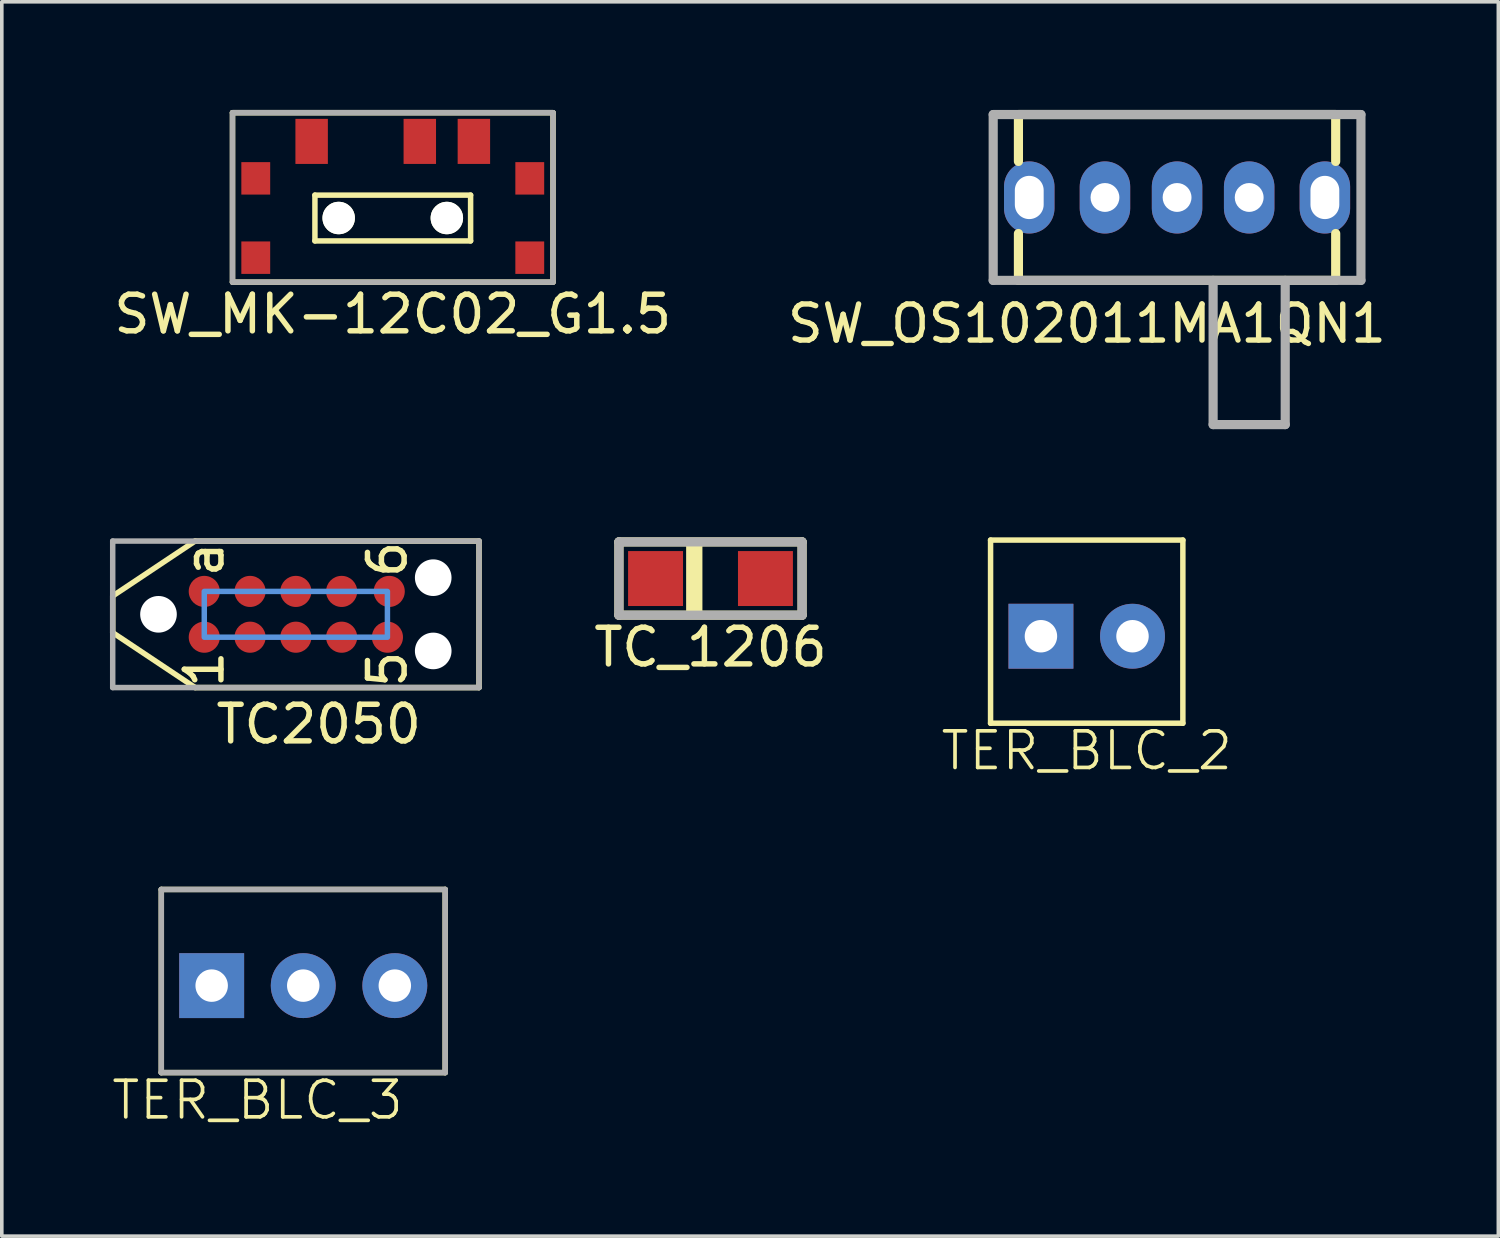
<source format=kicad_pcb>
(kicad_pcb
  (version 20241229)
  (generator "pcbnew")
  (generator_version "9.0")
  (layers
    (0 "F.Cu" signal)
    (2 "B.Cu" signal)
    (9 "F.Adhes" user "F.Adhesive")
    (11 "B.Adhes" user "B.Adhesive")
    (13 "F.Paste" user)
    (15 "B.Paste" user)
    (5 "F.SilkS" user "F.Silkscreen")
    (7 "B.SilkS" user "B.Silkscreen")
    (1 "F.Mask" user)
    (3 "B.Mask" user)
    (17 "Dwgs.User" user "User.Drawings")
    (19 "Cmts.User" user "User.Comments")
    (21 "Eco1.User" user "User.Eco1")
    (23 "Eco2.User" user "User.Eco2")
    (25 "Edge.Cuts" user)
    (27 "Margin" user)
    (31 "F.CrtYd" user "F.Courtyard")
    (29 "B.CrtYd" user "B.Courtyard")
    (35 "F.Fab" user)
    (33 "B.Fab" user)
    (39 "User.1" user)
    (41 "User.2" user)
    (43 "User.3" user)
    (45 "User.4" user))
  (footprint "SW_MK-12C02_G1.5"
    (layer "F.Cu")
    (at 7.844 2.997)
    (property "Reference" "SW_MK-12C02_G1.5" (at 0 2.667 0) (layer "F.SilkS") (effects (font (size 1.016 1.016) (thickness 0.152))))
    (attr through_hole)
    (fp_line (start -4.445 -2.921) (end 4.445 -2.921) (stroke (width 0.152) (type solid)) (layer "F.SilkS"))
    (fp_line (start -4.445 1.778) (end -4.445 -2.921) (stroke (width 0.152) (type solid)) (layer "F.SilkS"))
    (fp_line (start -2.159 -0.635) (end 2.159 -0.635) (stroke (width 0.152) (type solid)) (layer "F.SilkS"))
    (fp_line (start -2.159 0.635) (end -2.159 -0.635) (stroke (width 0.152) (type solid)) (layer "F.SilkS"))
    (fp_line (start 2.159 -0.635) (end 2.159 0.635) (stroke (width 0.152) (type solid)) (layer "F.SilkS"))
    (fp_line (start 2.159 0.635) (end -2.159 0.635) (stroke (width 0.152) (type solid)) (layer "F.SilkS"))
    (fp_line (start 4.445 -2.921) (end 4.445 1.778) (stroke (width 0.152) (type solid)) (layer "F.SilkS"))
    (fp_line (start 4.445 1.778) (end -4.445 1.778) (stroke (width 0.152) (type solid)) (layer "F.SilkS"))
    (fp_line (start -4.445 -2.921) (end 4.445 -2.921) (stroke (width 0.152) (type solid)) (layer "F.Fab"))
    (fp_line (start -4.445 1.778) (end -4.445 -2.921) (stroke (width 0.152) (type solid)) (layer "F.Fab"))
    (fp_line (start 4.445 -2.921) (end 4.445 1.778) (stroke (width 0.152) (type solid)) (layer "F.Fab"))
    (fp_line (start 4.445 1.778) (end -4.445 1.778) (stroke (width 0.152) (type solid)) (layer "F.Fab"))
    (pad "" np_thru_hole circle (at -1.5 0) (size 0.9 0.9) (drill 0.9) (layers "*.Cu" "*.Mask" "F.SilkS"))
    (pad "" np_thru_hole circle (at 1.5 0) (size 0.9 0.9) (drill 0.9) (layers "*.Cu" "*.Mask" "F.SilkS"))
    (pad "1" smd rect (at -2.25 -2.125) (size 0.9 1.25) (layers "F.Cu" "F.Mask" "F.Paste"))
    (pad "2" smd rect (at 0.75 -2.125) (size 0.9 1.25) (layers "F.Cu" "F.Mask" "F.Paste"))
    (pad "3" smd rect (at 2.25 -2.125) (size 0.9 1.25) (layers "F.Cu" "F.Mask" "F.Paste"))
    (pad "~" smd rect (at -3.8 -1.1) (size 0.8 0.9) (layers "F.Cu" "F.Mask" "F.Paste"))
    (pad "~" smd rect (at -3.8 1.1) (size 0.8 0.9) (layers "F.Cu" "F.Mask" "F.Paste"))
    (pad "~" smd rect (at 3.8 -1.1) (size 0.8 0.9) (layers "F.Cu" "F.Mask" "F.Paste"))
    (pad "~" smd rect (at 3.8 1.1) (size 0.8 0.9) (layers "F.Cu" "F.Mask" "F.Paste")))
  (footprint "TER_BLC_3"
    (layer "F.Cu")
    (at 5.361 24.288)
    (property "Reference" "TER_BLC_3" (at -1.27 3.175 0) (layer "F.SilkS") (effects (font (size 1.016 1.016) (thickness 0.102))))
    (attr through_hole)
    (fp_line (start -3.937 -2.667) (end -3.937 2.413) (stroke (width 0.152) (type solid)) (layer "F.SilkS"))
    (fp_line (start -3.937 2.413) (end 3.937 2.413) (stroke (width 0.152) (type solid)) (layer "F.SilkS"))
    (fp_line (start 3.937 -2.667) (end -3.937 -2.667) (stroke (width 0.152) (type solid)) (layer "F.SilkS"))
    (fp_line (start 3.937 2.413) (end 3.937 -2.667) (stroke (width 0.152) (type solid)) (layer "F.SilkS"))
    (fp_line (start -3.937 -2.667) (end -3.937 2.413) (stroke (width 0.152) (type solid)) (layer "F.Fab"))
    (fp_line (start -3.937 2.413) (end 3.937 2.413) (stroke (width 0.152) (type solid)) (layer "F.Fab"))
    (fp_line (start 3.937 -2.667) (end -3.937 -2.667) (stroke (width 0.152) (type solid)) (layer "F.Fab"))
    (fp_line (start 3.937 2.413) (end 3.937 -2.667) (stroke (width 0.152) (type solid)) (layer "F.Fab"))
    (pad "1" thru_hole rect (at -2.54 0) (size 1.8 1.8) (drill 0.9) (layers "*.Cu" "*.Mask"))
    (pad "2" thru_hole circle (at 0 0) (size 1.8 1.8) (drill 0.9) (layers "*.Cu" "*.Mask"))
    (pad "3" thru_hole circle (at 2.54 0) (size 1.8 1.8) (drill 0.9) (layers "*.Cu" "*.Mask")))
  (footprint "TC2050"
    (layer "F.Cu")
    (at 1.346 13.989)
    (property "Reference" "TC2050" (at 4.445 3.048 0) (layer "F.SilkS") (effects (font (size 1.016 1.016) (thickness 0.152))))
    (attr smd)
    (fp_line (start -1.27 0.508) (end -1.27 -0.508) (stroke (width 0.152) (type solid)) (layer "F.SilkS"))
    (fp_line (start 1.016 -2.032) (end -1.27 -0.508) (stroke (width 0.152) (type solid)) (layer "F.SilkS"))
    (fp_line (start 1.016 -2.032) (end 8.89 -2.032) (stroke (width 0.152) (type solid)) (layer "F.SilkS"))
    (fp_line (start 1.016 2.032) (end -1.27 0.508) (stroke (width 0.152) (type solid)) (layer "F.SilkS"))
    (fp_line (start 8.89 -2.032) (end 8.89 2.032) (stroke (width 0.152) (type solid)) (layer "F.SilkS"))
    (fp_line (start 8.89 2.032) (end 1.016 2.032) (stroke (width 0.152) (type solid)) (layer "F.SilkS"))
    (fp_poly (pts (xy 6.35 0.635) (xy 1.27 0.635) (xy 1.27 -0.635) (xy 6.35 -0.635)) (stroke (width 0.152) (type solid)) (fill no) (layer "Cmts.User"))
    (fp_line (start -1.27 -2.032) (end 8.89 -2.032) (stroke (width 0.152) (type solid)) (layer "F.Fab"))
    (fp_line (start -1.27 2.032) (end -1.27 -2.032) (stroke (width 0.152) (type solid)) (layer "F.Fab"))
    (fp_line (start 8.89 -2.032) (end 8.89 2.032) (stroke (width 0.152) (type solid)) (layer "F.Fab"))
    (fp_line (start 8.89 2.032) (end -1.27 2.032) (stroke (width 0.152) (type solid)) (layer "F.Fab"))
    (fp_text user "5" (at 6.35 1.524 90) (layer "F.SilkS") (effects (font (size 1.016 1.016) (thickness 0.152))))
    (fp_text user "a" (at 1.27 -1.524 90) (layer "F.SilkS") (effects (font (size 1.016 1.016) (thickness 0.152))))
    (fp_text user "1" (at 1.27 1.524 90) (layer "F.SilkS") (effects (font (size 1.016 1.016) (thickness 0.152))))
    (fp_text user "6" (at 6.35 -1.524 90) (layer "F.SilkS") (effects (font (size 1.016 1.016) (thickness 0.152))))
    (pad "" np_thru_hole circle (at 0 0) (size 1.016 1.016) (drill 1.016) (layers "*.Cu" "*.Mask"))
    (pad "" np_thru_hole circle (at 7.62 -1.016) (size 1.016 1.016) (drill 1.016) (layers "*.Cu" "*.Mask"))
    (pad "" np_thru_hole circle (at 7.62 1.016) (size 1.016 1.016) (drill 1.016) (layers "*.Cu" "*.Mask"))
    (pad "1" smd circle (at 1.27 0.635) (size 0.863 0.863) (layers "F.Cu" "F.Mask"))
    (pad "2" smd circle (at 2.54 0.635) (size 0.863 0.863) (layers "F.Cu" "F.Mask"))
    (pad "3" smd circle (at 3.81 0.635) (size 0.863 0.863) (layers "F.Cu" "F.Mask"))
    (pad "4" smd circle (at 5.08 0.635) (size 0.863 0.863) (layers "F.Cu" "F.Mask"))
    (pad "5" smd circle (at 6.35 0.635) (size 0.863 0.863) (layers "F.Cu" "F.Mask"))
    (pad "6" smd circle (at 6.4 -0.635) (size 0.863 0.863) (layers "F.Cu" "F.Mask"))
    (pad "7" smd circle (at 5.08 -0.635) (size 0.863 0.863) (layers "F.Cu" "F.Mask"))
    (pad "8" smd circle (at 3.81 -0.635) (size 0.863 0.863) (layers "F.Cu" "F.Mask"))
    (pad "9" smd circle (at 2.54 -0.635) (size 0.863 0.863) (layers "F.Cu" "F.Mask"))
    (pad "10" smd circle (at 1.27 -0.635) (size 0.863 0.863) (layers "F.Cu" "F.Mask")))
  (footprint "TER_BLC_2"
    (layer "F.Cu")
    (at 27.092 14.597)
    (property "Reference" "TER_BLC_2" (at 0 3.175 0) (layer "F.SilkS") (effects (font (size 1.016 1.016) (thickness 0.102))))
    (attr through_hole)
    (fp_line (start -2.667 -2.667) (end -2.667 2.413) (stroke (width 0.152) (type solid)) (layer "F.SilkS"))
    (fp_line (start -2.667 2.413) (end 2.667 2.413) (stroke (width 0.152) (type solid)) (layer "F.SilkS"))
    (fp_line (start 2.667 -2.667) (end -2.667 -2.667) (stroke (width 0.152) (type solid)) (layer "F.SilkS"))
    (fp_line (start 2.667 2.413) (end 2.667 -2.667) (stroke (width 0.152) (type solid)) (layer "F.SilkS"))
    (pad "1" thru_hole rect (at -1.27 0) (size 1.8 1.8) (drill 0.9) (layers "*.Cu" "*.Mask"))
    (pad "2" thru_hole circle (at 1.27 0) (size 1.8 1.8) (drill 0.9) (layers "*.Cu" "*.Mask")))
  (footprint "TC_1206"
    (layer "F.Cu")
    (at 16.657 12.997)
    (property "Reference" "TC_1206" (at 0 1.905 0) (layer "F.SilkS") (effects (font (size 1.016 1.016) (thickness 0.152))))
    (attr through_hole)
    (fp_line (start -2.54 -1.016) (end -2.54 1.016) (stroke (width 0.254) (type solid)) (layer "F.SilkS"))
    (fp_line (start -2.54 1.016) (end 2.54 1.016) (stroke (width 0.254) (type solid)) (layer "F.SilkS"))
    (fp_line (start -0.6 -0.9) (end -0.6 0.9) (stroke (width 0.152) (type solid)) (layer "F.SilkS"))
    (fp_line (start -0.5 -0.9) (end -0.5 0.9) (stroke (width 0.152) (type solid)) (layer "F.SilkS"))
    (fp_line (start -0.4 -0.9) (end -0.4 0.9) (stroke (width 0.152) (type solid)) (layer "F.SilkS"))
    (fp_line (start -0.3 -0.9) (end -0.3 0.9) (stroke (width 0.152) (type solid)) (layer "F.SilkS"))
    (fp_line (start 2.54 -1.016) (end -2.54 -1.016) (stroke (width 0.254) (type solid)) (layer "F.SilkS"))
    (fp_line (start 2.54 1.016) (end 2.54 -1.016) (stroke (width 0.254) (type solid)) (layer "F.SilkS"))
    (fp_line (start -2.54 -1.016) (end 2.54 -1.016) (stroke (width 0.254) (type solid)) (layer "F.Fab"))
    (fp_line (start -2.54 1.016) (end -2.54 -1.016) (stroke (width 0.254) (type solid)) (layer "F.Fab"))
    (fp_line (start 2.54 -1.016) (end 2.54 1.016) (stroke (width 0.254) (type solid)) (layer "F.Fab"))
    (fp_line (start 2.54 1.016) (end -2.54 1.016) (stroke (width 0.254) (type solid)) (layer "F.Fab"))
    (pad "1" smd rect (at -1.524 0) (size 1.524 1.524) (layers "F.Cu" "F.Mask" "F.Paste"))
    (pad "2" smd rect (at 1.524 0) (size 1.524 1.524) (layers "F.Cu" "F.Mask" "F.Paste")))
  (footprint "SW_OS102011MA1QN1"
    (layer "F.Cu")
    (at 25.498 2.427)
    (property "Reference" "SW_OS102011MA1QN1" (at 1.6 3.5 0) (layer "F.SilkS") (effects (font (size 1 1) (thickness 0.15))))
    (attr through_hole)
    (fp_line (start -0.3 -2.3) (end -0.3 -1) (stroke (width 0.254) (type solid)) (layer "F.SilkS"))
    (fp_line (start -0.3 1) (end -0.3 2.3) (stroke (width 0.254) (type solid)) (layer "F.SilkS"))
    (fp_line (start -0.3 2.3) (end 8.5 2.3) (stroke (width 0.254) (type solid)) (layer "F.SilkS"))
    (fp_line (start 8.5 -2.3) (end -0.3 -2.3) (stroke (width 0.254) (type solid)) (layer "F.SilkS"))
    (fp_line (start 8.5 -2.3) (end 8.5 -1) (stroke (width 0.254) (type solid)) (layer "F.SilkS"))
    (fp_line (start 8.5 1) (end 8.5 2.3) (stroke (width 0.254) (type solid)) (layer "F.SilkS"))
    (fp_line (start -1 -2.3) (end 9.2 -2.3) (stroke (width 0.254) (type solid)) (layer "F.Fab"))
    (fp_line (start -1 2.3) (end -1 -2.3) (stroke (width 0.254) (type solid)) (layer "F.Fab"))
    (fp_line (start 5.1 6.3) (end 5.1 2.3) (stroke (width 0.254) (type solid)) (layer "F.Fab"))
    (fp_line (start 7.1 6.3) (end 5.1 6.3) (stroke (width 0.254) (type solid)) (layer "F.Fab"))
    (fp_line (start 7.1 6.3) (end 7.1 2.3) (stroke (width 0.254) (type solid)) (layer "F.Fab"))
    (fp_line (start 9.2 -2.3) (end 9.2 2.3) (stroke (width 0.254) (type solid)) (layer "F.Fab"))
    (fp_line (start 9.2 2.3) (end -1 2.3) (stroke (width 0.254) (type solid)) (layer "F.Fab"))
    (pad "" thru_hole oval (at 0 0) (size 1.4 2) (drill oval 0.8 1.2) (layers "*.Cu" "*.Mask"))
    (pad "" thru_hole oval (at 8.2 0) (size 1.4 2) (drill oval 0.8 1.2) (layers "*.Cu" "*.Mask"))
    (pad "1" thru_hole oval (at 2.1 0) (size 1.4 2) (drill 0.8) (layers "*.Cu" "*.Mask"))
    (pad "2" thru_hole oval (at 4.1 0) (size 1.4 2) (drill 0.8) (layers "*.Cu" "*.Mask"))
    (pad "3" thru_hole oval (at 6.1 0) (size 1.4 2) (drill 0.8) (layers "*.Cu" "*.Mask")))
  (gr_rect
    (start -3 -3)
    (end 38.509 31.236)
    (stroke (width 0.1) (type default))
    (fill no)
    (layer "Edge.Cuts")))
</source>
